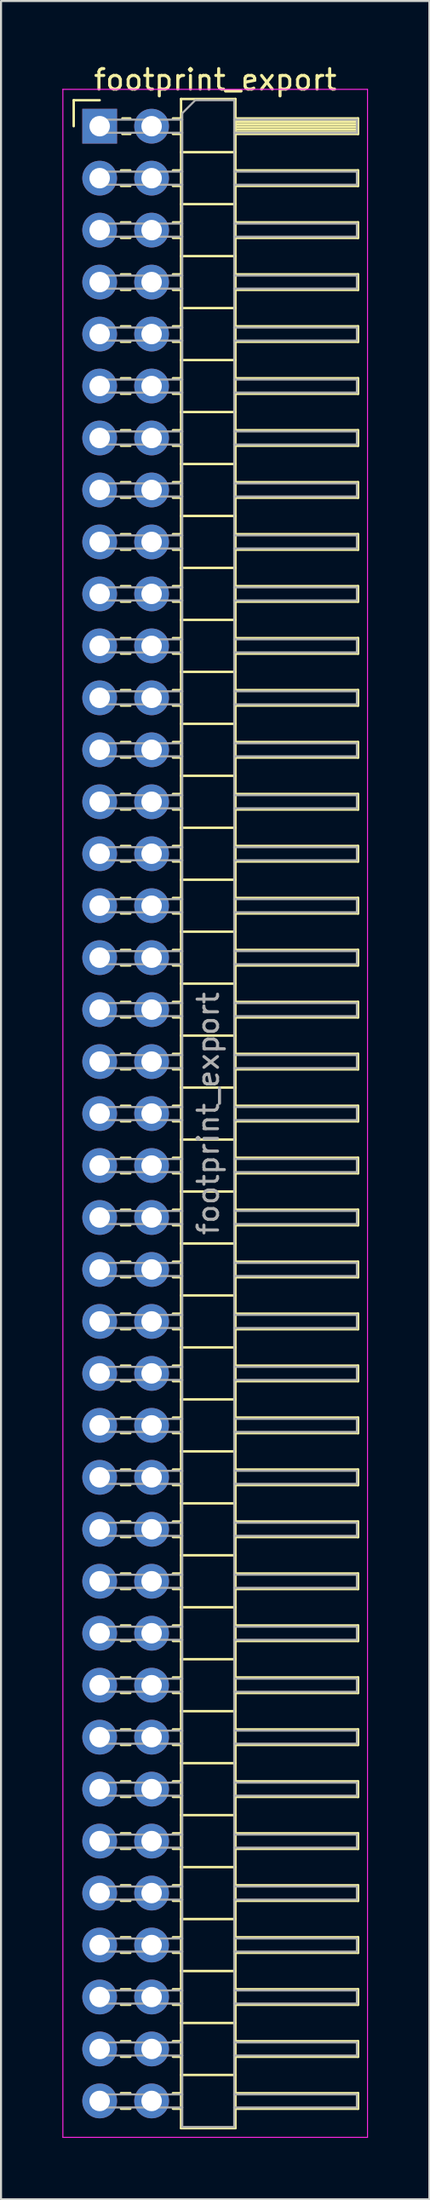
<source format=kicad_pcb>
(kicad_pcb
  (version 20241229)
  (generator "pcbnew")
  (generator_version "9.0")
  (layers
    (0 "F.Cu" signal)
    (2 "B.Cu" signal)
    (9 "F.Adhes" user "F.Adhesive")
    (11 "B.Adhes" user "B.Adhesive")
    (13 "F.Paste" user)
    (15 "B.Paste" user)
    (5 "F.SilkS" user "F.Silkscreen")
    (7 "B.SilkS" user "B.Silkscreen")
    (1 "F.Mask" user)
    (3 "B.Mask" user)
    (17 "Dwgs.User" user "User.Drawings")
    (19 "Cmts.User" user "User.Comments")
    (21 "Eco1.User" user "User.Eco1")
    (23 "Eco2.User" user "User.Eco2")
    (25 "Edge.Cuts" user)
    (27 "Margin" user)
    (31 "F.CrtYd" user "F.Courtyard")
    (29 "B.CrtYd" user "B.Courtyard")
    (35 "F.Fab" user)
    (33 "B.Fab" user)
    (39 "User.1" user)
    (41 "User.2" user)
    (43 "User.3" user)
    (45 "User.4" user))
  (footprint "footprint_export"
    (layer "F.Cu")
    (at 1.825 3.118)
    (property "Reference" "footprint_export" (at 5.655 -2.27 0) (layer "F.SilkS") (effects (font (size 1 1) (thickness 0.15))))
    (attr through_hole)
    (fp_line (start -1.27 -1.27) (end 0 -1.27) (stroke (width 0.12) (type solid)) (layer "F.SilkS"))
    (fp_line (start -1.27 0) (end -1.27 -1.27) (stroke (width 0.12) (type solid)) (layer "F.SilkS"))
    (fp_line (start 1.043 2.16) (end 1.497 2.16) (stroke (width 0.12) (type solid)) (layer "F.SilkS"))
    (fp_line (start 1.043 2.92) (end 1.497 2.92) (stroke (width 0.12) (type solid)) (layer "F.SilkS"))
    (fp_line (start 1.043 4.7) (end 1.497 4.7) (stroke (width 0.12) (type solid)) (layer "F.SilkS"))
    (fp_line (start 1.043 5.46) (end 1.497 5.46) (stroke (width 0.12) (type solid)) (layer "F.SilkS"))
    (fp_line (start 1.043 7.24) (end 1.497 7.24) (stroke (width 0.12) (type solid)) (layer "F.SilkS"))
    (fp_line (start 1.043 8) (end 1.497 8) (stroke (width 0.12) (type solid)) (layer "F.SilkS"))
    (fp_line (start 1.043 9.78) (end 1.497 9.78) (stroke (width 0.12) (type solid)) (layer "F.SilkS"))
    (fp_line (start 1.043 10.54) (end 1.497 10.54) (stroke (width 0.12) (type solid)) (layer "F.SilkS"))
    (fp_line (start 1.043 12.32) (end 1.497 12.32) (stroke (width 0.12) (type solid)) (layer "F.SilkS"))
    (fp_line (start 1.043 13.08) (end 1.497 13.08) (stroke (width 0.12) (type solid)) (layer "F.SilkS"))
    (fp_line (start 1.043 14.86) (end 1.497 14.86) (stroke (width 0.12) (type solid)) (layer "F.SilkS"))
    (fp_line (start 1.043 15.62) (end 1.497 15.62) (stroke (width 0.12) (type solid)) (layer "F.SilkS"))
    (fp_line (start 1.043 17.4) (end 1.497 17.4) (stroke (width 0.12) (type solid)) (layer "F.SilkS"))
    (fp_line (start 1.043 18.16) (end 1.497 18.16) (stroke (width 0.12) (type solid)) (layer "F.SilkS"))
    (fp_line (start 1.043 19.94) (end 1.497 19.94) (stroke (width 0.12) (type solid)) (layer "F.SilkS"))
    (fp_line (start 1.043 20.7) (end 1.497 20.7) (stroke (width 0.12) (type solid)) (layer "F.SilkS"))
    (fp_line (start 1.043 22.48) (end 1.497 22.48) (stroke (width 0.12) (type solid)) (layer "F.SilkS"))
    (fp_line (start 1.043 23.24) (end 1.497 23.24) (stroke (width 0.12) (type solid)) (layer "F.SilkS"))
    (fp_line (start 1.043 25.02) (end 1.497 25.02) (stroke (width 0.12) (type solid)) (layer "F.SilkS"))
    (fp_line (start 1.043 25.78) (end 1.497 25.78) (stroke (width 0.12) (type solid)) (layer "F.SilkS"))
    (fp_line (start 1.043 27.56) (end 1.497 27.56) (stroke (width 0.12) (type solid)) (layer "F.SilkS"))
    (fp_line (start 1.043 28.32) (end 1.497 28.32) (stroke (width 0.12) (type solid)) (layer "F.SilkS"))
    (fp_line (start 1.043 30.1) (end 1.497 30.1) (stroke (width 0.12) (type solid)) (layer "F.SilkS"))
    (fp_line (start 1.043 30.86) (end 1.497 30.86) (stroke (width 0.12) (type solid)) (layer "F.SilkS"))
    (fp_line (start 1.043 32.64) (end 1.497 32.64) (stroke (width 0.12) (type solid)) (layer "F.SilkS"))
    (fp_line (start 1.043 33.4) (end 1.497 33.4) (stroke (width 0.12) (type solid)) (layer "F.SilkS"))
    (fp_line (start 1.043 35.18) (end 1.497 35.18) (stroke (width 0.12) (type solid)) (layer "F.SilkS"))
    (fp_line (start 1.043 35.94) (end 1.497 35.94) (stroke (width 0.12) (type solid)) (layer "F.SilkS"))
    (fp_line (start 1.043 37.72) (end 1.497 37.72) (stroke (width 0.12) (type solid)) (layer "F.SilkS"))
    (fp_line (start 1.043 38.48) (end 1.497 38.48) (stroke (width 0.12) (type solid)) (layer "F.SilkS"))
    (fp_line (start 1.043 40.26) (end 1.497 40.26) (stroke (width 0.12) (type solid)) (layer "F.SilkS"))
    (fp_line (start 1.043 41.02) (end 1.497 41.02) (stroke (width 0.12) (type solid)) (layer "F.SilkS"))
    (fp_line (start 1.043 42.8) (end 1.497 42.8) (stroke (width 0.12) (type solid)) (layer "F.SilkS"))
    (fp_line (start 1.043 43.56) (end 1.497 43.56) (stroke (width 0.12) (type solid)) (layer "F.SilkS"))
    (fp_line (start 1.043 45.34) (end 1.497 45.34) (stroke (width 0.12) (type solid)) (layer "F.SilkS"))
    (fp_line (start 1.043 46.1) (end 1.497 46.1) (stroke (width 0.12) (type solid)) (layer "F.SilkS"))
    (fp_line (start 1.043 47.88) (end 1.497 47.88) (stroke (width 0.12) (type solid)) (layer "F.SilkS"))
    (fp_line (start 1.043 48.64) (end 1.497 48.64) (stroke (width 0.12) (type solid)) (layer "F.SilkS"))
    (fp_line (start 1.043 50.42) (end 1.497 50.42) (stroke (width 0.12) (type solid)) (layer "F.SilkS"))
    (fp_line (start 1.043 51.18) (end 1.497 51.18) (stroke (width 0.12) (type solid)) (layer "F.SilkS"))
    (fp_line (start 1.043 52.96) (end 1.497 52.96) (stroke (width 0.12) (type solid)) (layer "F.SilkS"))
    (fp_line (start 1.043 53.72) (end 1.497 53.72) (stroke (width 0.12) (type solid)) (layer "F.SilkS"))
    (fp_line (start 1.043 55.5) (end 1.497 55.5) (stroke (width 0.12) (type solid)) (layer "F.SilkS"))
    (fp_line (start 1.043 56.26) (end 1.497 56.26) (stroke (width 0.12) (type solid)) (layer "F.SilkS"))
    (fp_line (start 1.043 58.04) (end 1.497 58.04) (stroke (width 0.12) (type solid)) (layer "F.SilkS"))
    (fp_line (start 1.043 58.8) (end 1.497 58.8) (stroke (width 0.12) (type solid)) (layer "F.SilkS"))
    (fp_line (start 1.043 60.58) (end 1.497 60.58) (stroke (width 0.12) (type solid)) (layer "F.SilkS"))
    (fp_line (start 1.043 61.34) (end 1.497 61.34) (stroke (width 0.12) (type solid)) (layer "F.SilkS"))
    (fp_line (start 1.043 63.12) (end 1.497 63.12) (stroke (width 0.12) (type solid)) (layer "F.SilkS"))
    (fp_line (start 1.043 63.88) (end 1.497 63.88) (stroke (width 0.12) (type solid)) (layer "F.SilkS"))
    (fp_line (start 1.043 65.66) (end 1.497 65.66) (stroke (width 0.12) (type solid)) (layer "F.SilkS"))
    (fp_line (start 1.043 66.42) (end 1.497 66.42) (stroke (width 0.12) (type solid)) (layer "F.SilkS"))
    (fp_line (start 1.043 68.2) (end 1.497 68.2) (stroke (width 0.12) (type solid)) (layer "F.SilkS"))
    (fp_line (start 1.043 68.96) (end 1.497 68.96) (stroke (width 0.12) (type solid)) (layer "F.SilkS"))
    (fp_line (start 1.043 70.74) (end 1.497 70.74) (stroke (width 0.12) (type solid)) (layer "F.SilkS"))
    (fp_line (start 1.043 71.5) (end 1.497 71.5) (stroke (width 0.12) (type solid)) (layer "F.SilkS"))
    (fp_line (start 1.043 73.28) (end 1.497 73.28) (stroke (width 0.12) (type solid)) (layer "F.SilkS"))
    (fp_line (start 1.043 74.04) (end 1.497 74.04) (stroke (width 0.12) (type solid)) (layer "F.SilkS"))
    (fp_line (start 1.043 75.82) (end 1.497 75.82) (stroke (width 0.12) (type solid)) (layer "F.SilkS"))
    (fp_line (start 1.043 76.58) (end 1.497 76.58) (stroke (width 0.12) (type solid)) (layer "F.SilkS"))
    (fp_line (start 1.043 78.36) (end 1.497 78.36) (stroke (width 0.12) (type solid)) (layer "F.SilkS"))
    (fp_line (start 1.043 79.12) (end 1.497 79.12) (stroke (width 0.12) (type solid)) (layer "F.SilkS"))
    (fp_line (start 1.043 80.9) (end 1.497 80.9) (stroke (width 0.12) (type solid)) (layer "F.SilkS"))
    (fp_line (start 1.043 81.66) (end 1.497 81.66) (stroke (width 0.12) (type solid)) (layer "F.SilkS"))
    (fp_line (start 1.043 83.44) (end 1.497 83.44) (stroke (width 0.12) (type solid)) (layer "F.SilkS"))
    (fp_line (start 1.043 84.2) (end 1.497 84.2) (stroke (width 0.12) (type solid)) (layer "F.SilkS"))
    (fp_line (start 1.043 85.98) (end 1.497 85.98) (stroke (width 0.12) (type solid)) (layer "F.SilkS"))
    (fp_line (start 1.043 86.74) (end 1.497 86.74) (stroke (width 0.12) (type solid)) (layer "F.SilkS"))
    (fp_line (start 1.043 88.52) (end 1.497 88.52) (stroke (width 0.12) (type solid)) (layer "F.SilkS"))
    (fp_line (start 1.043 89.28) (end 1.497 89.28) (stroke (width 0.12) (type solid)) (layer "F.SilkS"))
    (fp_line (start 1.043 91.06) (end 1.497 91.06) (stroke (width 0.12) (type solid)) (layer "F.SilkS"))
    (fp_line (start 1.043 91.82) (end 1.497 91.82) (stroke (width 0.12) (type solid)) (layer "F.SilkS"))
    (fp_line (start 1.043 93.6) (end 1.497 93.6) (stroke (width 0.12) (type solid)) (layer "F.SilkS"))
    (fp_line (start 1.043 94.36) (end 1.497 94.36) (stroke (width 0.12) (type solid)) (layer "F.SilkS"))
    (fp_line (start 1.043 96.14) (end 1.497 96.14) (stroke (width 0.12) (type solid)) (layer "F.SilkS"))
    (fp_line (start 1.043 96.9) (end 1.497 96.9) (stroke (width 0.12) (type solid)) (layer "F.SilkS"))
    (fp_line (start 1.11 -0.38) (end 1.497 -0.38) (stroke (width 0.12) (type solid)) (layer "F.SilkS"))
    (fp_line (start 1.11 0.38) (end 1.497 0.38) (stroke (width 0.12) (type solid)) (layer "F.SilkS"))
    (fp_line (start 3.583 -0.38) (end 3.98 -0.38) (stroke (width 0.12) (type solid)) (layer "F.SilkS"))
    (fp_line (start 3.583 0.38) (end 3.98 0.38) (stroke (width 0.12) (type solid)) (layer "F.SilkS"))
    (fp_line (start 3.583 2.16) (end 3.98 2.16) (stroke (width 0.12) (type solid)) (layer "F.SilkS"))
    (fp_line (start 3.583 2.92) (end 3.98 2.92) (stroke (width 0.12) (type solid)) (layer "F.SilkS"))
    (fp_line (start 3.583 4.7) (end 3.98 4.7) (stroke (width 0.12) (type solid)) (layer "F.SilkS"))
    (fp_line (start 3.583 5.46) (end 3.98 5.46) (stroke (width 0.12) (type solid)) (layer "F.SilkS"))
    (fp_line (start 3.583 7.24) (end 3.98 7.24) (stroke (width 0.12) (type solid)) (layer "F.SilkS"))
    (fp_line (start 3.583 8) (end 3.98 8) (stroke (width 0.12) (type solid)) (layer "F.SilkS"))
    (fp_line (start 3.583 9.78) (end 3.98 9.78) (stroke (width 0.12) (type solid)) (layer "F.SilkS"))
    (fp_line (start 3.583 10.54) (end 3.98 10.54) (stroke (width 0.12) (type solid)) (layer "F.SilkS"))
    (fp_line (start 3.583 12.32) (end 3.98 12.32) (stroke (width 0.12) (type solid)) (layer "F.SilkS"))
    (fp_line (start 3.583 13.08) (end 3.98 13.08) (stroke (width 0.12) (type solid)) (layer "F.SilkS"))
    (fp_line (start 3.583 14.86) (end 3.98 14.86) (stroke (width 0.12) (type solid)) (layer "F.SilkS"))
    (fp_line (start 3.583 15.62) (end 3.98 15.62) (stroke (width 0.12) (type solid)) (layer "F.SilkS"))
    (fp_line (start 3.583 17.4) (end 3.98 17.4) (stroke (width 0.12) (type solid)) (layer "F.SilkS"))
    (fp_line (start 3.583 18.16) (end 3.98 18.16) (stroke (width 0.12) (type solid)) (layer "F.SilkS"))
    (fp_line (start 3.583 19.94) (end 3.98 19.94) (stroke (width 0.12) (type solid)) (layer "F.SilkS"))
    (fp_line (start 3.583 20.7) (end 3.98 20.7) (stroke (width 0.12) (type solid)) (layer "F.SilkS"))
    (fp_line (start 3.583 22.48) (end 3.98 22.48) (stroke (width 0.12) (type solid)) (layer "F.SilkS"))
    (fp_line (start 3.583 23.24) (end 3.98 23.24) (stroke (width 0.12) (type solid)) (layer "F.SilkS"))
    (fp_line (start 3.583 25.02) (end 3.98 25.02) (stroke (width 0.12) (type solid)) (layer "F.SilkS"))
    (fp_line (start 3.583 25.78) (end 3.98 25.78) (stroke (width 0.12) (type solid)) (layer "F.SilkS"))
    (fp_line (start 3.583 27.56) (end 3.98 27.56) (stroke (width 0.12) (type solid)) (layer "F.SilkS"))
    (fp_line (start 3.583 28.32) (end 3.98 28.32) (stroke (width 0.12) (type solid)) (layer "F.SilkS"))
    (fp_line (start 3.583 30.1) (end 3.98 30.1) (stroke (width 0.12) (type solid)) (layer "F.SilkS"))
    (fp_line (start 3.583 30.86) (end 3.98 30.86) (stroke (width 0.12) (type solid)) (layer "F.SilkS"))
    (fp_line (start 3.583 32.64) (end 3.98 32.64) (stroke (width 0.12) (type solid)) (layer "F.SilkS"))
    (fp_line (start 3.583 33.4) (end 3.98 33.4) (stroke (width 0.12) (type solid)) (layer "F.SilkS"))
    (fp_line (start 3.583 35.18) (end 3.98 35.18) (stroke (width 0.12) (type solid)) (layer "F.SilkS"))
    (fp_line (start 3.583 35.94) (end 3.98 35.94) (stroke (width 0.12) (type solid)) (layer "F.SilkS"))
    (fp_line (start 3.583 37.72) (end 3.98 37.72) (stroke (width 0.12) (type solid)) (layer "F.SilkS"))
    (fp_line (start 3.583 38.48) (end 3.98 38.48) (stroke (width 0.12) (type solid)) (layer "F.SilkS"))
    (fp_line (start 3.583 40.26) (end 3.98 40.26) (stroke (width 0.12) (type solid)) (layer "F.SilkS"))
    (fp_line (start 3.583 41.02) (end 3.98 41.02) (stroke (width 0.12) (type solid)) (layer "F.SilkS"))
    (fp_line (start 3.583 42.8) (end 3.98 42.8) (stroke (width 0.12) (type solid)) (layer "F.SilkS"))
    (fp_line (start 3.583 43.56) (end 3.98 43.56) (stroke (width 0.12) (type solid)) (layer "F.SilkS"))
    (fp_line (start 3.583 45.34) (end 3.98 45.34) (stroke (width 0.12) (type solid)) (layer "F.SilkS"))
    (fp_line (start 3.583 46.1) (end 3.98 46.1) (stroke (width 0.12) (type solid)) (layer "F.SilkS"))
    (fp_line (start 3.583 47.88) (end 3.98 47.88) (stroke (width 0.12) (type solid)) (layer "F.SilkS"))
    (fp_line (start 3.583 48.64) (end 3.98 48.64) (stroke (width 0.12) (type solid)) (layer "F.SilkS"))
    (fp_line (start 3.583 50.42) (end 3.98 50.42) (stroke (width 0.12) (type solid)) (layer "F.SilkS"))
    (fp_line (start 3.583 51.18) (end 3.98 51.18) (stroke (width 0.12) (type solid)) (layer "F.SilkS"))
    (fp_line (start 3.583 52.96) (end 3.98 52.96) (stroke (width 0.12) (type solid)) (layer "F.SilkS"))
    (fp_line (start 3.583 53.72) (end 3.98 53.72) (stroke (width 0.12) (type solid)) (layer "F.SilkS"))
    (fp_line (start 3.583 55.5) (end 3.98 55.5) (stroke (width 0.12) (type solid)) (layer "F.SilkS"))
    (fp_line (start 3.583 56.26) (end 3.98 56.26) (stroke (width 0.12) (type solid)) (layer "F.SilkS"))
    (fp_line (start 3.583 58.04) (end 3.98 58.04) (stroke (width 0.12) (type solid)) (layer "F.SilkS"))
    (fp_line (start 3.583 58.8) (end 3.98 58.8) (stroke (width 0.12) (type solid)) (layer "F.SilkS"))
    (fp_line (start 3.583 60.58) (end 3.98 60.58) (stroke (width 0.12) (type solid)) (layer "F.SilkS"))
    (fp_line (start 3.583 61.34) (end 3.98 61.34) (stroke (width 0.12) (type solid)) (layer "F.SilkS"))
    (fp_line (start 3.583 63.12) (end 3.98 63.12) (stroke (width 0.12) (type solid)) (layer "F.SilkS"))
    (fp_line (start 3.583 63.88) (end 3.98 63.88) (stroke (width 0.12) (type solid)) (layer "F.SilkS"))
    (fp_line (start 3.583 65.66) (end 3.98 65.66) (stroke (width 0.12) (type solid)) (layer "F.SilkS"))
    (fp_line (start 3.583 66.42) (end 3.98 66.42) (stroke (width 0.12) (type solid)) (layer "F.SilkS"))
    (fp_line (start 3.583 68.2) (end 3.98 68.2) (stroke (width 0.12) (type solid)) (layer "F.SilkS"))
    (fp_line (start 3.583 68.96) (end 3.98 68.96) (stroke (width 0.12) (type solid)) (layer "F.SilkS"))
    (fp_line (start 3.583 70.74) (end 3.98 70.74) (stroke (width 0.12) (type solid)) (layer "F.SilkS"))
    (fp_line (start 3.583 71.5) (end 3.98 71.5) (stroke (width 0.12) (type solid)) (layer "F.SilkS"))
    (fp_line (start 3.583 73.28) (end 3.98 73.28) (stroke (width 0.12) (type solid)) (layer "F.SilkS"))
    (fp_line (start 3.583 74.04) (end 3.98 74.04) (stroke (width 0.12) (type solid)) (layer "F.SilkS"))
    (fp_line (start 3.583 75.82) (end 3.98 75.82) (stroke (width 0.12) (type solid)) (layer "F.SilkS"))
    (fp_line (start 3.583 76.58) (end 3.98 76.58) (stroke (width 0.12) (type solid)) (layer "F.SilkS"))
    (fp_line (start 3.583 78.36) (end 3.98 78.36) (stroke (width 0.12) (type solid)) (layer "F.SilkS"))
    (fp_line (start 3.583 79.12) (end 3.98 79.12) (stroke (width 0.12) (type solid)) (layer "F.SilkS"))
    (fp_line (start 3.583 80.9) (end 3.98 80.9) (stroke (width 0.12) (type solid)) (layer "F.SilkS"))
    (fp_line (start 3.583 81.66) (end 3.98 81.66) (stroke (width 0.12) (type solid)) (layer "F.SilkS"))
    (fp_line (start 3.583 83.44) (end 3.98 83.44) (stroke (width 0.12) (type solid)) (layer "F.SilkS"))
    (fp_line (start 3.583 84.2) (end 3.98 84.2) (stroke (width 0.12) (type solid)) (layer "F.SilkS"))
    (fp_line (start 3.583 85.98) (end 3.98 85.98) (stroke (width 0.12) (type solid)) (layer "F.SilkS"))
    (fp_line (start 3.583 86.74) (end 3.98 86.74) (stroke (width 0.12) (type solid)) (layer "F.SilkS"))
    (fp_line (start 3.583 88.52) (end 3.98 88.52) (stroke (width 0.12) (type solid)) (layer "F.SilkS"))
    (fp_line (start 3.583 89.28) (end 3.98 89.28) (stroke (width 0.12) (type solid)) (layer "F.SilkS"))
    (fp_line (start 3.583 91.06) (end 3.98 91.06) (stroke (width 0.12) (type solid)) (layer "F.SilkS"))
    (fp_line (start 3.583 91.82) (end 3.98 91.82) (stroke (width 0.12) (type solid)) (layer "F.SilkS"))
    (fp_line (start 3.583 93.6) (end 3.98 93.6) (stroke (width 0.12) (type solid)) (layer "F.SilkS"))
    (fp_line (start 3.583 94.36) (end 3.98 94.36) (stroke (width 0.12) (type solid)) (layer "F.SilkS"))
    (fp_line (start 3.583 96.14) (end 3.98 96.14) (stroke (width 0.12) (type solid)) (layer "F.SilkS"))
    (fp_line (start 3.583 96.9) (end 3.98 96.9) (stroke (width 0.12) (type solid)) (layer "F.SilkS"))
    (fp_line (start 3.98 -1.33) (end 3.98 97.85) (stroke (width 0.12) (type solid)) (layer "F.SilkS"))
    (fp_line (start 3.98 1.27) (end 6.64 1.27) (stroke (width 0.12) (type solid)) (layer "F.SilkS"))
    (fp_line (start 3.98 3.81) (end 6.64 3.81) (stroke (width 0.12) (type solid)) (layer "F.SilkS"))
    (fp_line (start 3.98 6.35) (end 6.64 6.35) (stroke (width 0.12) (type solid)) (layer "F.SilkS"))
    (fp_line (start 3.98 8.89) (end 6.64 8.89) (stroke (width 0.12) (type solid)) (layer "F.SilkS"))
    (fp_line (start 3.98 11.43) (end 6.64 11.43) (stroke (width 0.12) (type solid)) (layer "F.SilkS"))
    (fp_line (start 3.98 13.97) (end 6.64 13.97) (stroke (width 0.12) (type solid)) (layer "F.SilkS"))
    (fp_line (start 3.98 16.51) (end 6.64 16.51) (stroke (width 0.12) (type solid)) (layer "F.SilkS"))
    (fp_line (start 3.98 19.05) (end 6.64 19.05) (stroke (width 0.12) (type solid)) (layer "F.SilkS"))
    (fp_line (start 3.98 21.59) (end 6.64 21.59) (stroke (width 0.12) (type solid)) (layer "F.SilkS"))
    (fp_line (start 3.98 24.13) (end 6.64 24.13) (stroke (width 0.12) (type solid)) (layer "F.SilkS"))
    (fp_line (start 3.98 26.67) (end 6.64 26.67) (stroke (width 0.12) (type solid)) (layer "F.SilkS"))
    (fp_line (start 3.98 29.21) (end 6.64 29.21) (stroke (width 0.12) (type solid)) (layer "F.SilkS"))
    (fp_line (start 3.98 31.75) (end 6.64 31.75) (stroke (width 0.12) (type solid)) (layer "F.SilkS"))
    (fp_line (start 3.98 34.29) (end 6.64 34.29) (stroke (width 0.12) (type solid)) (layer "F.SilkS"))
    (fp_line (start 3.98 36.83) (end 6.64 36.83) (stroke (width 0.12) (type solid)) (layer "F.SilkS"))
    (fp_line (start 3.98 39.37) (end 6.64 39.37) (stroke (width 0.12) (type solid)) (layer "F.SilkS"))
    (fp_line (start 3.98 41.91) (end 6.64 41.91) (stroke (width 0.12) (type solid)) (layer "F.SilkS"))
    (fp_line (start 3.98 44.45) (end 6.64 44.45) (stroke (width 0.12) (type solid)) (layer "F.SilkS"))
    (fp_line (start 3.98 46.99) (end 6.64 46.99) (stroke (width 0.12) (type solid)) (layer "F.SilkS"))
    (fp_line (start 3.98 49.53) (end 6.64 49.53) (stroke (width 0.12) (type solid)) (layer "F.SilkS"))
    (fp_line (start 3.98 52.07) (end 6.64 52.07) (stroke (width 0.12) (type solid)) (layer "F.SilkS"))
    (fp_line (start 3.98 54.61) (end 6.64 54.61) (stroke (width 0.12) (type solid)) (layer "F.SilkS"))
    (fp_line (start 3.98 57.15) (end 6.64 57.15) (stroke (width 0.12) (type solid)) (layer "F.SilkS"))
    (fp_line (start 3.98 59.69) (end 6.64 59.69) (stroke (width 0.12) (type solid)) (layer "F.SilkS"))
    (fp_line (start 3.98 62.23) (end 6.64 62.23) (stroke (width 0.12) (type solid)) (layer "F.SilkS"))
    (fp_line (start 3.98 64.77) (end 6.64 64.77) (stroke (width 0.12) (type solid)) (layer "F.SilkS"))
    (fp_line (start 3.98 67.31) (end 6.64 67.31) (stroke (width 0.12) (type solid)) (layer "F.SilkS"))
    (fp_line (start 3.98 69.85) (end 6.64 69.85) (stroke (width 0.12) (type solid)) (layer "F.SilkS"))
    (fp_line (start 3.98 72.39) (end 6.64 72.39) (stroke (width 0.12) (type solid)) (layer "F.SilkS"))
    (fp_line (start 3.98 74.93) (end 6.64 74.93) (stroke (width 0.12) (type solid)) (layer "F.SilkS"))
    (fp_line (start 3.98 77.47) (end 6.64 77.47) (stroke (width 0.12) (type solid)) (layer "F.SilkS"))
    (fp_line (start 3.98 80.01) (end 6.64 80.01) (stroke (width 0.12) (type solid)) (layer "F.SilkS"))
    (fp_line (start 3.98 82.55) (end 6.64 82.55) (stroke (width 0.12) (type solid)) (layer "F.SilkS"))
    (fp_line (start 3.98 85.09) (end 6.64 85.09) (stroke (width 0.12) (type solid)) (layer "F.SilkS"))
    (fp_line (start 3.98 87.63) (end 6.64 87.63) (stroke (width 0.12) (type solid)) (layer "F.SilkS"))
    (fp_line (start 3.98 90.17) (end 6.64 90.17) (stroke (width 0.12) (type solid)) (layer "F.SilkS"))
    (fp_line (start 3.98 92.71) (end 6.64 92.71) (stroke (width 0.12) (type solid)) (layer "F.SilkS"))
    (fp_line (start 3.98 95.25) (end 6.64 95.25) (stroke (width 0.12) (type solid)) (layer "F.SilkS"))
    (fp_line (start 3.98 97.85) (end 6.64 97.85) (stroke (width 0.12) (type solid)) (layer "F.SilkS"))
    (fp_line (start 6.64 -1.33) (end 3.98 -1.33) (stroke (width 0.12) (type solid)) (layer "F.SilkS"))
    (fp_line (start 6.64 -0.38) (end 12.64 -0.38) (stroke (width 0.12) (type solid)) (layer "F.SilkS"))
    (fp_line (start 6.64 -0.32) (end 12.64 -0.32) (stroke (width 0.12) (type solid)) (layer "F.SilkS"))
    (fp_line (start 6.64 -0.2) (end 12.64 -0.2) (stroke (width 0.12) (type solid)) (layer "F.SilkS"))
    (fp_line (start 6.64 -0.08) (end 12.64 -0.08) (stroke (width 0.12) (type solid)) (layer "F.SilkS"))
    (fp_line (start 6.64 0.04) (end 12.64 0.04) (stroke (width 0.12) (type solid)) (layer "F.SilkS"))
    (fp_line (start 6.64 0.16) (end 12.64 0.16) (stroke (width 0.12) (type solid)) (layer "F.SilkS"))
    (fp_line (start 6.64 0.28) (end 12.64 0.28) (stroke (width 0.12) (type solid)) (layer "F.SilkS"))
    (fp_line (start 6.64 2.16) (end 12.64 2.16) (stroke (width 0.12) (type solid)) (layer "F.SilkS"))
    (fp_line (start 6.64 4.7) (end 12.64 4.7) (stroke (width 0.12) (type solid)) (layer "F.SilkS"))
    (fp_line (start 6.64 7.24) (end 12.64 7.24) (stroke (width 0.12) (type solid)) (layer "F.SilkS"))
    (fp_line (start 6.64 9.78) (end 12.64 9.78) (stroke (width 0.12) (type solid)) (layer "F.SilkS"))
    (fp_line (start 6.64 12.32) (end 12.64 12.32) (stroke (width 0.12) (type solid)) (layer "F.SilkS"))
    (fp_line (start 6.64 14.86) (end 12.64 14.86) (stroke (width 0.12) (type solid)) (layer "F.SilkS"))
    (fp_line (start 6.64 17.4) (end 12.64 17.4) (stroke (width 0.12) (type solid)) (layer "F.SilkS"))
    (fp_line (start 6.64 19.94) (end 12.64 19.94) (stroke (width 0.12) (type solid)) (layer "F.SilkS"))
    (fp_line (start 6.64 22.48) (end 12.64 22.48) (stroke (width 0.12) (type solid)) (layer "F.SilkS"))
    (fp_line (start 6.64 25.02) (end 12.64 25.02) (stroke (width 0.12) (type solid)) (layer "F.SilkS"))
    (fp_line (start 6.64 27.56) (end 12.64 27.56) (stroke (width 0.12) (type solid)) (layer "F.SilkS"))
    (fp_line (start 6.64 30.1) (end 12.64 30.1) (stroke (width 0.12) (type solid)) (layer "F.SilkS"))
    (fp_line (start 6.64 32.64) (end 12.64 32.64) (stroke (width 0.12) (type solid)) (layer "F.SilkS"))
    (fp_line (start 6.64 35.18) (end 12.64 35.18) (stroke (width 0.12) (type solid)) (layer "F.SilkS"))
    (fp_line (start 6.64 37.72) (end 12.64 37.72) (stroke (width 0.12) (type solid)) (layer "F.SilkS"))
    (fp_line (start 6.64 40.26) (end 12.64 40.26) (stroke (width 0.12) (type solid)) (layer "F.SilkS"))
    (fp_line (start 6.64 42.8) (end 12.64 42.8) (stroke (width 0.12) (type solid)) (layer "F.SilkS"))
    (fp_line (start 6.64 45.34) (end 12.64 45.34) (stroke (width 0.12) (type solid)) (layer "F.SilkS"))
    (fp_line (start 6.64 47.88) (end 12.64 47.88) (stroke (width 0.12) (type solid)) (layer "F.SilkS"))
    (fp_line (start 6.64 50.42) (end 12.64 50.42) (stroke (width 0.12) (type solid)) (layer "F.SilkS"))
    (fp_line (start 6.64 52.96) (end 12.64 52.96) (stroke (width 0.12) (type solid)) (layer "F.SilkS"))
    (fp_line (start 6.64 55.5) (end 12.64 55.5) (stroke (width 0.12) (type solid)) (layer "F.SilkS"))
    (fp_line (start 6.64 58.04) (end 12.64 58.04) (stroke (width 0.12) (type solid)) (layer "F.SilkS"))
    (fp_line (start 6.64 60.58) (end 12.64 60.58) (stroke (width 0.12) (type solid)) (layer "F.SilkS"))
    (fp_line (start 6.64 63.12) (end 12.64 63.12) (stroke (width 0.12) (type solid)) (layer "F.SilkS"))
    (fp_line (start 6.64 65.66) (end 12.64 65.66) (stroke (width 0.12) (type solid)) (layer "F.SilkS"))
    (fp_line (start 6.64 68.2) (end 12.64 68.2) (stroke (width 0.12) (type solid)) (layer "F.SilkS"))
    (fp_line (start 6.64 70.74) (end 12.64 70.74) (stroke (width 0.12) (type solid)) (layer "F.SilkS"))
    (fp_line (start 6.64 73.28) (end 12.64 73.28) (stroke (width 0.12) (type solid)) (layer "F.SilkS"))
    (fp_line (start 6.64 75.82) (end 12.64 75.82) (stroke (width 0.12) (type solid)) (layer "F.SilkS"))
    (fp_line (start 6.64 78.36) (end 12.64 78.36) (stroke (width 0.12) (type solid)) (layer "F.SilkS"))
    (fp_line (start 6.64 80.9) (end 12.64 80.9) (stroke (width 0.12) (type solid)) (layer "F.SilkS"))
    (fp_line (start 6.64 83.44) (end 12.64 83.44) (stroke (width 0.12) (type solid)) (layer "F.SilkS"))
    (fp_line (start 6.64 85.98) (end 12.64 85.98) (stroke (width 0.12) (type solid)) (layer "F.SilkS"))
    (fp_line (start 6.64 88.52) (end 12.64 88.52) (stroke (width 0.12) (type solid)) (layer "F.SilkS"))
    (fp_line (start 6.64 91.06) (end 12.64 91.06) (stroke (width 0.12) (type solid)) (layer "F.SilkS"))
    (fp_line (start 6.64 93.6) (end 12.64 93.6) (stroke (width 0.12) (type solid)) (layer "F.SilkS"))
    (fp_line (start 6.64 96.14) (end 12.64 96.14) (stroke (width 0.12) (type solid)) (layer "F.SilkS"))
    (fp_line (start 6.64 97.85) (end 6.64 -1.33) (stroke (width 0.12) (type solid)) (layer "F.SilkS"))
    (fp_line (start 12.64 -0.38) (end 12.64 0.38) (stroke (width 0.12) (type solid)) (layer "F.SilkS"))
    (fp_line (start 12.64 0.38) (end 6.64 0.38) (stroke (width 0.12) (type solid)) (layer "F.SilkS"))
    (fp_line (start 12.64 2.16) (end 12.64 2.92) (stroke (width 0.12) (type solid)) (layer "F.SilkS"))
    (fp_line (start 12.64 2.92) (end 6.64 2.92) (stroke (width 0.12) (type solid)) (layer "F.SilkS"))
    (fp_line (start 12.64 4.7) (end 12.64 5.46) (stroke (width 0.12) (type solid)) (layer "F.SilkS"))
    (fp_line (start 12.64 5.46) (end 6.64 5.46) (stroke (width 0.12) (type solid)) (layer "F.SilkS"))
    (fp_line (start 12.64 7.24) (end 12.64 8) (stroke (width 0.12) (type solid)) (layer "F.SilkS"))
    (fp_line (start 12.64 8) (end 6.64 8) (stroke (width 0.12) (type solid)) (layer "F.SilkS"))
    (fp_line (start 12.64 9.78) (end 12.64 10.54) (stroke (width 0.12) (type solid)) (layer "F.SilkS"))
    (fp_line (start 12.64 10.54) (end 6.64 10.54) (stroke (width 0.12) (type solid)) (layer "F.SilkS"))
    (fp_line (start 12.64 12.32) (end 12.64 13.08) (stroke (width 0.12) (type solid)) (layer "F.SilkS"))
    (fp_line (start 12.64 13.08) (end 6.64 13.08) (stroke (width 0.12) (type solid)) (layer "F.SilkS"))
    (fp_line (start 12.64 14.86) (end 12.64 15.62) (stroke (width 0.12) (type solid)) (layer "F.SilkS"))
    (fp_line (start 12.64 15.62) (end 6.64 15.62) (stroke (width 0.12) (type solid)) (layer "F.SilkS"))
    (fp_line (start 12.64 17.4) (end 12.64 18.16) (stroke (width 0.12) (type solid)) (layer "F.SilkS"))
    (fp_line (start 12.64 18.16) (end 6.64 18.16) (stroke (width 0.12) (type solid)) (layer "F.SilkS"))
    (fp_line (start 12.64 19.94) (end 12.64 20.7) (stroke (width 0.12) (type solid)) (layer "F.SilkS"))
    (fp_line (start 12.64 20.7) (end 6.64 20.7) (stroke (width 0.12) (type solid)) (layer "F.SilkS"))
    (fp_line (start 12.64 22.48) (end 12.64 23.24) (stroke (width 0.12) (type solid)) (layer "F.SilkS"))
    (fp_line (start 12.64 23.24) (end 6.64 23.24) (stroke (width 0.12) (type solid)) (layer "F.SilkS"))
    (fp_line (start 12.64 25.02) (end 12.64 25.78) (stroke (width 0.12) (type solid)) (layer "F.SilkS"))
    (fp_line (start 12.64 25.78) (end 6.64 25.78) (stroke (width 0.12) (type solid)) (layer "F.SilkS"))
    (fp_line (start 12.64 27.56) (end 12.64 28.32) (stroke (width 0.12) (type solid)) (layer "F.SilkS"))
    (fp_line (start 12.64 28.32) (end 6.64 28.32) (stroke (width 0.12) (type solid)) (layer "F.SilkS"))
    (fp_line (start 12.64 30.1) (end 12.64 30.86) (stroke (width 0.12) (type solid)) (layer "F.SilkS"))
    (fp_line (start 12.64 30.86) (end 6.64 30.86) (stroke (width 0.12) (type solid)) (layer "F.SilkS"))
    (fp_line (start 12.64 32.64) (end 12.64 33.4) (stroke (width 0.12) (type solid)) (layer "F.SilkS"))
    (fp_line (start 12.64 33.4) (end 6.64 33.4) (stroke (width 0.12) (type solid)) (layer "F.SilkS"))
    (fp_line (start 12.64 35.18) (end 12.64 35.94) (stroke (width 0.12) (type solid)) (layer "F.SilkS"))
    (fp_line (start 12.64 35.94) (end 6.64 35.94) (stroke (width 0.12) (type solid)) (layer "F.SilkS"))
    (fp_line (start 12.64 37.72) (end 12.64 38.48) (stroke (width 0.12) (type solid)) (layer "F.SilkS"))
    (fp_line (start 12.64 38.48) (end 6.64 38.48) (stroke (width 0.12) (type solid)) (layer "F.SilkS"))
    (fp_line (start 12.64 40.26) (end 12.64 41.02) (stroke (width 0.12) (type solid)) (layer "F.SilkS"))
    (fp_line (start 12.64 41.02) (end 6.64 41.02) (stroke (width 0.12) (type solid)) (layer "F.SilkS"))
    (fp_line (start 12.64 42.8) (end 12.64 43.56) (stroke (width 0.12) (type solid)) (layer "F.SilkS"))
    (fp_line (start 12.64 43.56) (end 6.64 43.56) (stroke (width 0.12) (type solid)) (layer "F.SilkS"))
    (fp_line (start 12.64 45.34) (end 12.64 46.1) (stroke (width 0.12) (type solid)) (layer "F.SilkS"))
    (fp_line (start 12.64 46.1) (end 6.64 46.1) (stroke (width 0.12) (type solid)) (layer "F.SilkS"))
    (fp_line (start 12.64 47.88) (end 12.64 48.64) (stroke (width 0.12) (type solid)) (layer "F.SilkS"))
    (fp_line (start 12.64 48.64) (end 6.64 48.64) (stroke (width 0.12) (type solid)) (layer "F.SilkS"))
    (fp_line (start 12.64 50.42) (end 12.64 51.18) (stroke (width 0.12) (type solid)) (layer "F.SilkS"))
    (fp_line (start 12.64 51.18) (end 6.64 51.18) (stroke (width 0.12) (type solid)) (layer "F.SilkS"))
    (fp_line (start 12.64 52.96) (end 12.64 53.72) (stroke (width 0.12) (type solid)) (layer "F.SilkS"))
    (fp_line (start 12.64 53.72) (end 6.64 53.72) (stroke (width 0.12) (type solid)) (layer "F.SilkS"))
    (fp_line (start 12.64 55.5) (end 12.64 56.26) (stroke (width 0.12) (type solid)) (layer "F.SilkS"))
    (fp_line (start 12.64 56.26) (end 6.64 56.26) (stroke (width 0.12) (type solid)) (layer "F.SilkS"))
    (fp_line (start 12.64 58.04) (end 12.64 58.8) (stroke (width 0.12) (type solid)) (layer "F.SilkS"))
    (fp_line (start 12.64 58.8) (end 6.64 58.8) (stroke (width 0.12) (type solid)) (layer "F.SilkS"))
    (fp_line (start 12.64 60.58) (end 12.64 61.34) (stroke (width 0.12) (type solid)) (layer "F.SilkS"))
    (fp_line (start 12.64 61.34) (end 6.64 61.34) (stroke (width 0.12) (type solid)) (layer "F.SilkS"))
    (fp_line (start 12.64 63.12) (end 12.64 63.88) (stroke (width 0.12) (type solid)) (layer "F.SilkS"))
    (fp_line (start 12.64 63.88) (end 6.64 63.88) (stroke (width 0.12) (type solid)) (layer "F.SilkS"))
    (fp_line (start 12.64 65.66) (end 12.64 66.42) (stroke (width 0.12) (type solid)) (layer "F.SilkS"))
    (fp_line (start 12.64 66.42) (end 6.64 66.42) (stroke (width 0.12) (type solid)) (layer "F.SilkS"))
    (fp_line (start 12.64 68.2) (end 12.64 68.96) (stroke (width 0.12) (type solid)) (layer "F.SilkS"))
    (fp_line (start 12.64 68.96) (end 6.64 68.96) (stroke (width 0.12) (type solid)) (layer "F.SilkS"))
    (fp_line (start 12.64 70.74) (end 12.64 71.5) (stroke (width 0.12) (type solid)) (layer "F.SilkS"))
    (fp_line (start 12.64 71.5) (end 6.64 71.5) (stroke (width 0.12) (type solid)) (layer "F.SilkS"))
    (fp_line (start 12.64 73.28) (end 12.64 74.04) (stroke (width 0.12) (type solid)) (layer "F.SilkS"))
    (fp_line (start 12.64 74.04) (end 6.64 74.04) (stroke (width 0.12) (type solid)) (layer "F.SilkS"))
    (fp_line (start 12.64 75.82) (end 12.64 76.58) (stroke (width 0.12) (type solid)) (layer "F.SilkS"))
    (fp_line (start 12.64 76.58) (end 6.64 76.58) (stroke (width 0.12) (type solid)) (layer "F.SilkS"))
    (fp_line (start 12.64 78.36) (end 12.64 79.12) (stroke (width 0.12) (type solid)) (layer "F.SilkS"))
    (fp_line (start 12.64 79.12) (end 6.64 79.12) (stroke (width 0.12) (type solid)) (layer "F.SilkS"))
    (fp_line (start 12.64 80.9) (end 12.64 81.66) (stroke (width 0.12) (type solid)) (layer "F.SilkS"))
    (fp_line (start 12.64 81.66) (end 6.64 81.66) (stroke (width 0.12) (type solid)) (layer "F.SilkS"))
    (fp_line (start 12.64 83.44) (end 12.64 84.2) (stroke (width 0.12) (type solid)) (layer "F.SilkS"))
    (fp_line (start 12.64 84.2) (end 6.64 84.2) (stroke (width 0.12) (type solid)) (layer "F.SilkS"))
    (fp_line (start 12.64 85.98) (end 12.64 86.74) (stroke (width 0.12) (type solid)) (layer "F.SilkS"))
    (fp_line (start 12.64 86.74) (end 6.64 86.74) (stroke (width 0.12) (type solid)) (layer "F.SilkS"))
    (fp_line (start 12.64 88.52) (end 12.64 89.28) (stroke (width 0.12) (type solid)) (layer "F.SilkS"))
    (fp_line (start 12.64 89.28) (end 6.64 89.28) (stroke (width 0.12) (type solid)) (layer "F.SilkS"))
    (fp_line (start 12.64 91.06) (end 12.64 91.82) (stroke (width 0.12) (type solid)) (layer "F.SilkS"))
    (fp_line (start 12.64 91.82) (end 6.64 91.82) (stroke (width 0.12) (type solid)) (layer "F.SilkS"))
    (fp_line (start 12.64 93.6) (end 12.64 94.36) (stroke (width 0.12) (type solid)) (layer "F.SilkS"))
    (fp_line (start 12.64 94.36) (end 6.64 94.36) (stroke (width 0.12) (type solid)) (layer "F.SilkS"))
    (fp_line (start 12.64 96.14) (end 12.64 96.9) (stroke (width 0.12) (type solid)) (layer "F.SilkS"))
    (fp_line (start 12.64 96.9) (end 6.64 96.9) (stroke (width 0.12) (type solid)) (layer "F.SilkS"))
    (fp_line (start -1.8 -1.8) (end -1.8 98.3) (stroke (width 0.05) (type solid)) (layer "F.CrtYd"))
    (fp_line (start -1.8 98.3) (end 13.1 98.3) (stroke (width 0.05) (type solid)) (layer "F.CrtYd"))
    (fp_line (start 13.1 -1.8) (end -1.8 -1.8) (stroke (width 0.05) (type solid)) (layer "F.CrtYd"))
    (fp_line (start 13.1 98.3) (end 13.1 -1.8) (stroke (width 0.05) (type solid)) (layer "F.CrtYd"))
    (fp_line (start -0.32 -0.32) (end -0.32 0.32) (stroke (width 0.1) (type solid)) (layer "F.Fab"))
    (fp_line (start -0.32 -0.32) (end 4.04 -0.32) (stroke (width 0.1) (type solid)) (layer "F.Fab"))
    (fp_line (start -0.32 0.32) (end 4.04 0.32) (stroke (width 0.1) (type solid)) (layer "F.Fab"))
    (fp_line (start -0.32 2.22) (end -0.32 2.86) (stroke (width 0.1) (type solid)) (layer "F.Fab"))
    (fp_line (start -0.32 2.22) (end 4.04 2.22) (stroke (width 0.1) (type solid)) (layer "F.Fab"))
    (fp_line (start -0.32 2.86) (end 4.04 2.86) (stroke (width 0.1) (type solid)) (layer "F.Fab"))
    (fp_line (start -0.32 4.76) (end -0.32 5.4) (stroke (width 0.1) (type solid)) (layer "F.Fab"))
    (fp_line (start -0.32 4.76) (end 4.04 4.76) (stroke (width 0.1) (type solid)) (layer "F.Fab"))
    (fp_line (start -0.32 5.4) (end 4.04 5.4) (stroke (width 0.1) (type solid)) (layer "F.Fab"))
    (fp_line (start -0.32 7.3) (end -0.32 7.94) (stroke (width 0.1) (type solid)) (layer "F.Fab"))
    (fp_line (start -0.32 7.3) (end 4.04 7.3) (stroke (width 0.1) (type solid)) (layer "F.Fab"))
    (fp_line (start -0.32 7.94) (end 4.04 7.94) (stroke (width 0.1) (type solid)) (layer "F.Fab"))
    (fp_line (start -0.32 9.84) (end -0.32 10.48) (stroke (width 0.1) (type solid)) (layer "F.Fab"))
    (fp_line (start -0.32 9.84) (end 4.04 9.84) (stroke (width 0.1) (type solid)) (layer "F.Fab"))
    (fp_line (start -0.32 10.48) (end 4.04 10.48) (stroke (width 0.1) (type solid)) (layer "F.Fab"))
    (fp_line (start -0.32 12.38) (end -0.32 13.02) (stroke (width 0.1) (type solid)) (layer "F.Fab"))
    (fp_line (start -0.32 12.38) (end 4.04 12.38) (stroke (width 0.1) (type solid)) (layer "F.Fab"))
    (fp_line (start -0.32 13.02) (end 4.04 13.02) (stroke (width 0.1) (type solid)) (layer "F.Fab"))
    (fp_line (start -0.32 14.92) (end -0.32 15.56) (stroke (width 0.1) (type solid)) (layer "F.Fab"))
    (fp_line (start -0.32 14.92) (end 4.04 14.92) (stroke (width 0.1) (type solid)) (layer "F.Fab"))
    (fp_line (start -0.32 15.56) (end 4.04 15.56) (stroke (width 0.1) (type solid)) (layer "F.Fab"))
    (fp_line (start -0.32 17.46) (end -0.32 18.1) (stroke (width 0.1) (type solid)) (layer "F.Fab"))
    (fp_line (start -0.32 17.46) (end 4.04 17.46) (stroke (width 0.1) (type solid)) (layer "F.Fab"))
    (fp_line (start -0.32 18.1) (end 4.04 18.1) (stroke (width 0.1) (type solid)) (layer "F.Fab"))
    (fp_line (start -0.32 20) (end -0.32 20.64) (stroke (width 0.1) (type solid)) (layer "F.Fab"))
    (fp_line (start -0.32 20) (end 4.04 20) (stroke (width 0.1) (type solid)) (layer "F.Fab"))
    (fp_line (start -0.32 20.64) (end 4.04 20.64) (stroke (width 0.1) (type solid)) (layer "F.Fab"))
    (fp_line (start -0.32 22.54) (end -0.32 23.18) (stroke (width 0.1) (type solid)) (layer "F.Fab"))
    (fp_line (start -0.32 22.54) (end 4.04 22.54) (stroke (width 0.1) (type solid)) (layer "F.Fab"))
    (fp_line (start -0.32 23.18) (end 4.04 23.18) (stroke (width 0.1) (type solid)) (layer "F.Fab"))
    (fp_line (start -0.32 25.08) (end -0.32 25.72) (stroke (width 0.1) (type solid)) (layer "F.Fab"))
    (fp_line (start -0.32 25.08) (end 4.04 25.08) (stroke (width 0.1) (type solid)) (layer "F.Fab"))
    (fp_line (start -0.32 25.72) (end 4.04 25.72) (stroke (width 0.1) (type solid)) (layer "F.Fab"))
    (fp_line (start -0.32 27.62) (end -0.32 28.26) (stroke (width 0.1) (type solid)) (layer "F.Fab"))
    (fp_line (start -0.32 27.62) (end 4.04 27.62) (stroke (width 0.1) (type solid)) (layer "F.Fab"))
    (fp_line (start -0.32 28.26) (end 4.04 28.26) (stroke (width 0.1) (type solid)) (layer "F.Fab"))
    (fp_line (start -0.32 30.16) (end -0.32 30.8) (stroke (width 0.1) (type solid)) (layer "F.Fab"))
    (fp_line (start -0.32 30.16) (end 4.04 30.16) (stroke (width 0.1) (type solid)) (layer "F.Fab"))
    (fp_line (start -0.32 30.8) (end 4.04 30.8) (stroke (width 0.1) (type solid)) (layer "F.Fab"))
    (fp_line (start -0.32 32.7) (end -0.32 33.34) (stroke (width 0.1) (type solid)) (layer "F.Fab"))
    (fp_line (start -0.32 32.7) (end 4.04 32.7) (stroke (width 0.1) (type solid)) (layer "F.Fab"))
    (fp_line (start -0.32 33.34) (end 4.04 33.34) (stroke (width 0.1) (type solid)) (layer "F.Fab"))
    (fp_line (start -0.32 35.24) (end -0.32 35.88) (stroke (width 0.1) (type solid)) (layer "F.Fab"))
    (fp_line (start -0.32 35.24) (end 4.04 35.24) (stroke (width 0.1) (type solid)) (layer "F.Fab"))
    (fp_line (start -0.32 35.88) (end 4.04 35.88) (stroke (width 0.1) (type solid)) (layer "F.Fab"))
    (fp_line (start -0.32 37.78) (end -0.32 38.42) (stroke (width 0.1) (type solid)) (layer "F.Fab"))
    (fp_line (start -0.32 37.78) (end 4.04 37.78) (stroke (width 0.1) (type solid)) (layer "F.Fab"))
    (fp_line (start -0.32 38.42) (end 4.04 38.42) (stroke (width 0.1) (type solid)) (layer "F.Fab"))
    (fp_line (start -0.32 40.32) (end -0.32 40.96) (stroke (width 0.1) (type solid)) (layer "F.Fab"))
    (fp_line (start -0.32 40.32) (end 4.04 40.32) (stroke (width 0.1) (type solid)) (layer "F.Fab"))
    (fp_line (start -0.32 40.96) (end 4.04 40.96) (stroke (width 0.1) (type solid)) (layer "F.Fab"))
    (fp_line (start -0.32 42.86) (end -0.32 43.5) (stroke (width 0.1) (type solid)) (layer "F.Fab"))
    (fp_line (start -0.32 42.86) (end 4.04 42.86) (stroke (width 0.1) (type solid)) (layer "F.Fab"))
    (fp_line (start -0.32 43.5) (end 4.04 43.5) (stroke (width 0.1) (type solid)) (layer "F.Fab"))
    (fp_line (start -0.32 45.4) (end -0.32 46.04) (stroke (width 0.1) (type solid)) (layer "F.Fab"))
    (fp_line (start -0.32 45.4) (end 4.04 45.4) (stroke (width 0.1) (type solid)) (layer "F.Fab"))
    (fp_line (start -0.32 46.04) (end 4.04 46.04) (stroke (width 0.1) (type solid)) (layer "F.Fab"))
    (fp_line (start -0.32 47.94) (end -0.32 48.58) (stroke (width 0.1) (type solid)) (layer "F.Fab"))
    (fp_line (start -0.32 47.94) (end 4.04 47.94) (stroke (width 0.1) (type solid)) (layer "F.Fab"))
    (fp_line (start -0.32 48.58) (end 4.04 48.58) (stroke (width 0.1) (type solid)) (layer "F.Fab"))
    (fp_line (start -0.32 50.48) (end -0.32 51.12) (stroke (width 0.1) (type solid)) (layer "F.Fab"))
    (fp_line (start -0.32 50.48) (end 4.04 50.48) (stroke (width 0.1) (type solid)) (layer "F.Fab"))
    (fp_line (start -0.32 51.12) (end 4.04 51.12) (stroke (width 0.1) (type solid)) (layer "F.Fab"))
    (fp_line (start -0.32 53.02) (end -0.32 53.66) (stroke (width 0.1) (type solid)) (layer "F.Fab"))
    (fp_line (start -0.32 53.02) (end 4.04 53.02) (stroke (width 0.1) (type solid)) (layer "F.Fab"))
    (fp_line (start -0.32 53.66) (end 4.04 53.66) (stroke (width 0.1) (type solid)) (layer "F.Fab"))
    (fp_line (start -0.32 55.56) (end -0.32 56.2) (stroke (width 0.1) (type solid)) (layer "F.Fab"))
    (fp_line (start -0.32 55.56) (end 4.04 55.56) (stroke (width 0.1) (type solid)) (layer "F.Fab"))
    (fp_line (start -0.32 56.2) (end 4.04 56.2) (stroke (width 0.1) (type solid)) (layer "F.Fab"))
    (fp_line (start -0.32 58.1) (end -0.32 58.74) (stroke (width 0.1) (type solid)) (layer "F.Fab"))
    (fp_line (start -0.32 58.1) (end 4.04 58.1) (stroke (width 0.1) (type solid)) (layer "F.Fab"))
    (fp_line (start -0.32 58.74) (end 4.04 58.74) (stroke (width 0.1) (type solid)) (layer "F.Fab"))
    (fp_line (start -0.32 60.64) (end -0.32 61.28) (stroke (width 0.1) (type solid)) (layer "F.Fab"))
    (fp_line (start -0.32 60.64) (end 4.04 60.64) (stroke (width 0.1) (type solid)) (layer "F.Fab"))
    (fp_line (start -0.32 61.28) (end 4.04 61.28) (stroke (width 0.1) (type solid)) (layer "F.Fab"))
    (fp_line (start -0.32 63.18) (end -0.32 63.82) (stroke (width 0.1) (type solid)) (layer "F.Fab"))
    (fp_line (start -0.32 63.18) (end 4.04 63.18) (stroke (width 0.1) (type solid)) (layer "F.Fab"))
    (fp_line (start -0.32 63.82) (end 4.04 63.82) (stroke (width 0.1) (type solid)) (layer "F.Fab"))
    (fp_line (start -0.32 65.72) (end -0.32 66.36) (stroke (width 0.1) (type solid)) (layer "F.Fab"))
    (fp_line (start -0.32 65.72) (end 4.04 65.72) (stroke (width 0.1) (type solid)) (layer "F.Fab"))
    (fp_line (start -0.32 66.36) (end 4.04 66.36) (stroke (width 0.1) (type solid)) (layer "F.Fab"))
    (fp_line (start -0.32 68.26) (end -0.32 68.9) (stroke (width 0.1) (type solid)) (layer "F.Fab"))
    (fp_line (start -0.32 68.26) (end 4.04 68.26) (stroke (width 0.1) (type solid)) (layer "F.Fab"))
    (fp_line (start -0.32 68.9) (end 4.04 68.9) (stroke (width 0.1) (type solid)) (layer "F.Fab"))
    (fp_line (start -0.32 70.8) (end -0.32 71.44) (stroke (width 0.1) (type solid)) (layer "F.Fab"))
    (fp_line (start -0.32 70.8) (end 4.04 70.8) (stroke (width 0.1) (type solid)) (layer "F.Fab"))
    (fp_line (start -0.32 71.44) (end 4.04 71.44) (stroke (width 0.1) (type solid)) (layer "F.Fab"))
    (fp_line (start -0.32 73.34) (end -0.32 73.98) (stroke (width 0.1) (type solid)) (layer "F.Fab"))
    (fp_line (start -0.32 73.34) (end 4.04 73.34) (stroke (width 0.1) (type solid)) (layer "F.Fab"))
    (fp_line (start -0.32 73.98) (end 4.04 73.98) (stroke (width 0.1) (type solid)) (layer "F.Fab"))
    (fp_line (start -0.32 75.88) (end -0.32 76.52) (stroke (width 0.1) (type solid)) (layer "F.Fab"))
    (fp_line (start -0.32 75.88) (end 4.04 75.88) (stroke (width 0.1) (type solid)) (layer "F.Fab"))
    (fp_line (start -0.32 76.52) (end 4.04 76.52) (stroke (width 0.1) (type solid)) (layer "F.Fab"))
    (fp_line (start -0.32 78.42) (end -0.32 79.06) (stroke (width 0.1) (type solid)) (layer "F.Fab"))
    (fp_line (start -0.32 78.42) (end 4.04 78.42) (stroke (width 0.1) (type solid)) (layer "F.Fab"))
    (fp_line (start -0.32 79.06) (end 4.04 79.06) (stroke (width 0.1) (type solid)) (layer "F.Fab"))
    (fp_line (start -0.32 80.96) (end -0.32 81.6) (stroke (width 0.1) (type solid)) (layer "F.Fab"))
    (fp_line (start -0.32 80.96) (end 4.04 80.96) (stroke (width 0.1) (type solid)) (layer "F.Fab"))
    (fp_line (start -0.32 81.6) (end 4.04 81.6) (stroke (width 0.1) (type solid)) (layer "F.Fab"))
    (fp_line (start -0.32 83.5) (end -0.32 84.14) (stroke (width 0.1) (type solid)) (layer "F.Fab"))
    (fp_line (start -0.32 83.5) (end 4.04 83.5) (stroke (width 0.1) (type solid)) (layer "F.Fab"))
    (fp_line (start -0.32 84.14) (end 4.04 84.14) (stroke (width 0.1) (type solid)) (layer "F.Fab"))
    (fp_line (start -0.32 86.04) (end -0.32 86.68) (stroke (width 0.1) (type solid)) (layer "F.Fab"))
    (fp_line (start -0.32 86.04) (end 4.04 86.04) (stroke (width 0.1) (type solid)) (layer "F.Fab"))
    (fp_line (start -0.32 86.68) (end 4.04 86.68) (stroke (width 0.1) (type solid)) (layer "F.Fab"))
    (fp_line (start -0.32 88.58) (end -0.32 89.22) (stroke (width 0.1) (type solid)) (layer "F.Fab"))
    (fp_line (start -0.32 88.58) (end 4.04 88.58) (stroke (width 0.1) (type solid)) (layer "F.Fab"))
    (fp_line (start -0.32 89.22) (end 4.04 89.22) (stroke (width 0.1) (type solid)) (layer "F.Fab"))
    (fp_line (start -0.32 91.12) (end -0.32 91.76) (stroke (width 0.1) (type solid)) (layer "F.Fab"))
    (fp_line (start -0.32 91.12) (end 4.04 91.12) (stroke (width 0.1) (type solid)) (layer "F.Fab"))
    (fp_line (start -0.32 91.76) (end 4.04 91.76) (stroke (width 0.1) (type solid)) (layer "F.Fab"))
    (fp_line (start -0.32 93.66) (end -0.32 94.3) (stroke (width 0.1) (type solid)) (layer "F.Fab"))
    (fp_line (start -0.32 93.66) (end 4.04 93.66) (stroke (width 0.1) (type solid)) (layer "F.Fab"))
    (fp_line (start -0.32 94.3) (end 4.04 94.3) (stroke (width 0.1) (type solid)) (layer "F.Fab"))
    (fp_line (start -0.32 96.2) (end -0.32 96.84) (stroke (width 0.1) (type solid)) (layer "F.Fab"))
    (fp_line (start -0.32 96.2) (end 4.04 96.2) (stroke (width 0.1) (type solid)) (layer "F.Fab"))
    (fp_line (start -0.32 96.84) (end 4.04 96.84) (stroke (width 0.1) (type solid)) (layer "F.Fab"))
    (fp_line (start 4.04 -0.635) (end 4.675 -1.27) (stroke (width 0.1) (type solid)) (layer "F.Fab"))
    (fp_line (start 4.04 97.79) (end 4.04 -0.635) (stroke (width 0.1) (type solid)) (layer "F.Fab"))
    (fp_line (start 4.675 -1.27) (end 6.58 -1.27) (stroke (width 0.1) (type solid)) (layer "F.Fab"))
    (fp_line (start 6.58 -1.27) (end 6.58 97.79) (stroke (width 0.1) (type solid)) (layer "F.Fab"))
    (fp_line (start 6.58 -0.32) (end 12.58 -0.32) (stroke (width 0.1) (type solid)) (layer "F.Fab"))
    (fp_line (start 6.58 0.32) (end 12.58 0.32) (stroke (width 0.1) (type solid)) (layer "F.Fab"))
    (fp_line (start 6.58 2.22) (end 12.58 2.22) (stroke (width 0.1) (type solid)) (layer "F.Fab"))
    (fp_line (start 6.58 2.86) (end 12.58 2.86) (stroke (width 0.1) (type solid)) (layer "F.Fab"))
    (fp_line (start 6.58 4.76) (end 12.58 4.76) (stroke (width 0.1) (type solid)) (layer "F.Fab"))
    (fp_line (start 6.58 5.4) (end 12.58 5.4) (stroke (width 0.1) (type solid)) (layer "F.Fab"))
    (fp_line (start 6.58 7.3) (end 12.58 7.3) (stroke (width 0.1) (type solid)) (layer "F.Fab"))
    (fp_line (start 6.58 7.94) (end 12.58 7.94) (stroke (width 0.1) (type solid)) (layer "F.Fab"))
    (fp_line (start 6.58 9.84) (end 12.58 9.84) (stroke (width 0.1) (type solid)) (layer "F.Fab"))
    (fp_line (start 6.58 10.48) (end 12.58 10.48) (stroke (width 0.1) (type solid)) (layer "F.Fab"))
    (fp_line (start 6.58 12.38) (end 12.58 12.38) (stroke (width 0.1) (type solid)) (layer "F.Fab"))
    (fp_line (start 6.58 13.02) (end 12.58 13.02) (stroke (width 0.1) (type solid)) (layer "F.Fab"))
    (fp_line (start 6.58 14.92) (end 12.58 14.92) (stroke (width 0.1) (type solid)) (layer "F.Fab"))
    (fp_line (start 6.58 15.56) (end 12.58 15.56) (stroke (width 0.1) (type solid)) (layer "F.Fab"))
    (fp_line (start 6.58 17.46) (end 12.58 17.46) (stroke (width 0.1) (type solid)) (layer "F.Fab"))
    (fp_line (start 6.58 18.1) (end 12.58 18.1) (stroke (width 0.1) (type solid)) (layer "F.Fab"))
    (fp_line (start 6.58 20) (end 12.58 20) (stroke (width 0.1) (type solid)) (layer "F.Fab"))
    (fp_line (start 6.58 20.64) (end 12.58 20.64) (stroke (width 0.1) (type solid)) (layer "F.Fab"))
    (fp_line (start 6.58 22.54) (end 12.58 22.54) (stroke (width 0.1) (type solid)) (layer "F.Fab"))
    (fp_line (start 6.58 23.18) (end 12.58 23.18) (stroke (width 0.1) (type solid)) (layer "F.Fab"))
    (fp_line (start 6.58 25.08) (end 12.58 25.08) (stroke (width 0.1) (type solid)) (layer "F.Fab"))
    (fp_line (start 6.58 25.72) (end 12.58 25.72) (stroke (width 0.1) (type solid)) (layer "F.Fab"))
    (fp_line (start 6.58 27.62) (end 12.58 27.62) (stroke (width 0.1) (type solid)) (layer "F.Fab"))
    (fp_line (start 6.58 28.26) (end 12.58 28.26) (stroke (width 0.1) (type solid)) (layer "F.Fab"))
    (fp_line (start 6.58 30.16) (end 12.58 30.16) (stroke (width 0.1) (type solid)) (layer "F.Fab"))
    (fp_line (start 6.58 30.8) (end 12.58 30.8) (stroke (width 0.1) (type solid)) (layer "F.Fab"))
    (fp_line (start 6.58 32.7) (end 12.58 32.7) (stroke (width 0.1) (type solid)) (layer "F.Fab"))
    (fp_line (start 6.58 33.34) (end 12.58 33.34) (stroke (width 0.1) (type solid)) (layer "F.Fab"))
    (fp_line (start 6.58 35.24) (end 12.58 35.24) (stroke (width 0.1) (type solid)) (layer "F.Fab"))
    (fp_line (start 6.58 35.88) (end 12.58 35.88) (stroke (width 0.1) (type solid)) (layer "F.Fab"))
    (fp_line (start 6.58 37.78) (end 12.58 37.78) (stroke (width 0.1) (type solid)) (layer "F.Fab"))
    (fp_line (start 6.58 38.42) (end 12.58 38.42) (stroke (width 0.1) (type solid)) (layer "F.Fab"))
    (fp_line (start 6.58 40.32) (end 12.58 40.32) (stroke (width 0.1) (type solid)) (layer "F.Fab"))
    (fp_line (start 6.58 40.96) (end 12.58 40.96) (stroke (width 0.1) (type solid)) (layer "F.Fab"))
    (fp_line (start 6.58 42.86) (end 12.58 42.86) (stroke (width 0.1) (type solid)) (layer "F.Fab"))
    (fp_line (start 6.58 43.5) (end 12.58 43.5) (stroke (width 0.1) (type solid)) (layer "F.Fab"))
    (fp_line (start 6.58 45.4) (end 12.58 45.4) (stroke (width 0.1) (type solid)) (layer "F.Fab"))
    (fp_line (start 6.58 46.04) (end 12.58 46.04) (stroke (width 0.1) (type solid)) (layer "F.Fab"))
    (fp_line (start 6.58 47.94) (end 12.58 47.94) (stroke (width 0.1) (type solid)) (layer "F.Fab"))
    (fp_line (start 6.58 48.58) (end 12.58 48.58) (stroke (width 0.1) (type solid)) (layer "F.Fab"))
    (fp_line (start 6.58 50.48) (end 12.58 50.48) (stroke (width 0.1) (type solid)) (layer "F.Fab"))
    (fp_line (start 6.58 51.12) (end 12.58 51.12) (stroke (width 0.1) (type solid)) (layer "F.Fab"))
    (fp_line (start 6.58 53.02) (end 12.58 53.02) (stroke (width 0.1) (type solid)) (layer "F.Fab"))
    (fp_line (start 6.58 53.66) (end 12.58 53.66) (stroke (width 0.1) (type solid)) (layer "F.Fab"))
    (fp_line (start 6.58 55.56) (end 12.58 55.56) (stroke (width 0.1) (type solid)) (layer "F.Fab"))
    (fp_line (start 6.58 56.2) (end 12.58 56.2) (stroke (width 0.1) (type solid)) (layer "F.Fab"))
    (fp_line (start 6.58 58.1) (end 12.58 58.1) (stroke (width 0.1) (type solid)) (layer "F.Fab"))
    (fp_line (start 6.58 58.74) (end 12.58 58.74) (stroke (width 0.1) (type solid)) (layer "F.Fab"))
    (fp_line (start 6.58 60.64) (end 12.58 60.64) (stroke (width 0.1) (type solid)) (layer "F.Fab"))
    (fp_line (start 6.58 61.28) (end 12.58 61.28) (stroke (width 0.1) (type solid)) (layer "F.Fab"))
    (fp_line (start 6.58 63.18) (end 12.58 63.18) (stroke (width 0.1) (type solid)) (layer "F.Fab"))
    (fp_line (start 6.58 63.82) (end 12.58 63.82) (stroke (width 0.1) (type solid)) (layer "F.Fab"))
    (fp_line (start 6.58 65.72) (end 12.58 65.72) (stroke (width 0.1) (type solid)) (layer "F.Fab"))
    (fp_line (start 6.58 66.36) (end 12.58 66.36) (stroke (width 0.1) (type solid)) (layer "F.Fab"))
    (fp_line (start 6.58 68.26) (end 12.58 68.26) (stroke (width 0.1) (type solid)) (layer "F.Fab"))
    (fp_line (start 6.58 68.9) (end 12.58 68.9) (stroke (width 0.1) (type solid)) (layer "F.Fab"))
    (fp_line (start 6.58 70.8) (end 12.58 70.8) (stroke (width 0.1) (type solid)) (layer "F.Fab"))
    (fp_line (start 6.58 71.44) (end 12.58 71.44) (stroke (width 0.1) (type solid)) (layer "F.Fab"))
    (fp_line (start 6.58 73.34) (end 12.58 73.34) (stroke (width 0.1) (type solid)) (layer "F.Fab"))
    (fp_line (start 6.58 73.98) (end 12.58 73.98) (stroke (width 0.1) (type solid)) (layer "F.Fab"))
    (fp_line (start 6.58 75.88) (end 12.58 75.88) (stroke (width 0.1) (type solid)) (layer "F.Fab"))
    (fp_line (start 6.58 76.52) (end 12.58 76.52) (stroke (width 0.1) (type solid)) (layer "F.Fab"))
    (fp_line (start 6.58 78.42) (end 12.58 78.42) (stroke (width 0.1) (type solid)) (layer "F.Fab"))
    (fp_line (start 6.58 79.06) (end 12.58 79.06) (stroke (width 0.1) (type solid)) (layer "F.Fab"))
    (fp_line (start 6.58 80.96) (end 12.58 80.96) (stroke (width 0.1) (type solid)) (layer "F.Fab"))
    (fp_line (start 6.58 81.6) (end 12.58 81.6) (stroke (width 0.1) (type solid)) (layer "F.Fab"))
    (fp_line (start 6.58 83.5) (end 12.58 83.5) (stroke (width 0.1) (type solid)) (layer "F.Fab"))
    (fp_line (start 6.58 84.14) (end 12.58 84.14) (stroke (width 0.1) (type solid)) (layer "F.Fab"))
    (fp_line (start 6.58 86.04) (end 12.58 86.04) (stroke (width 0.1) (type solid)) (layer "F.Fab"))
    (fp_line (start 6.58 86.68) (end 12.58 86.68) (stroke (width 0.1) (type solid)) (layer "F.Fab"))
    (fp_line (start 6.58 88.58) (end 12.58 88.58) (stroke (width 0.1) (type solid)) (layer "F.Fab"))
    (fp_line (start 6.58 89.22) (end 12.58 89.22) (stroke (width 0.1) (type solid)) (layer "F.Fab"))
    (fp_line (start 6.58 91.12) (end 12.58 91.12) (stroke (width 0.1) (type solid)) (layer "F.Fab"))
    (fp_line (start 6.58 91.76) (end 12.58 91.76) (stroke (width 0.1) (type solid)) (layer "F.Fab"))
    (fp_line (start 6.58 93.66) (end 12.58 93.66) (stroke (width 0.1) (type solid)) (layer "F.Fab"))
    (fp_line (start 6.58 94.3) (end 12.58 94.3) (stroke (width 0.1) (type solid)) (layer "F.Fab"))
    (fp_line (start 6.58 96.2) (end 12.58 96.2) (stroke (width 0.1) (type solid)) (layer "F.Fab"))
    (fp_line (start 6.58 96.84) (end 12.58 96.84) (stroke (width 0.1) (type solid)) (layer "F.Fab"))
    (fp_line (start 6.58 97.79) (end 4.04 97.79) (stroke (width 0.1) (type solid)) (layer "F.Fab"))
    (fp_line (start 12.58 -0.32) (end 12.58 0.32) (stroke (width 0.1) (type solid)) (layer "F.Fab"))
    (fp_line (start 12.58 2.22) (end 12.58 2.86) (stroke (width 0.1) (type solid)) (layer "F.Fab"))
    (fp_line (start 12.58 4.76) (end 12.58 5.4) (stroke (width 0.1) (type solid)) (layer "F.Fab"))
    (fp_line (start 12.58 7.3) (end 12.58 7.94) (stroke (width 0.1) (type solid)) (layer "F.Fab"))
    (fp_line (start 12.58 9.84) (end 12.58 10.48) (stroke (width 0.1) (type solid)) (layer "F.Fab"))
    (fp_line (start 12.58 12.38) (end 12.58 13.02) (stroke (width 0.1) (type solid)) (layer "F.Fab"))
    (fp_line (start 12.58 14.92) (end 12.58 15.56) (stroke (width 0.1) (type solid)) (layer "F.Fab"))
    (fp_line (start 12.58 17.46) (end 12.58 18.1) (stroke (width 0.1) (type solid)) (layer "F.Fab"))
    (fp_line (start 12.58 20) (end 12.58 20.64) (stroke (width 0.1) (type solid)) (layer "F.Fab"))
    (fp_line (start 12.58 22.54) (end 12.58 23.18) (stroke (width 0.1) (type solid)) (layer "F.Fab"))
    (fp_line (start 12.58 25.08) (end 12.58 25.72) (stroke (width 0.1) (type solid)) (layer "F.Fab"))
    (fp_line (start 12.58 27.62) (end 12.58 28.26) (stroke (width 0.1) (type solid)) (layer "F.Fab"))
    (fp_line (start 12.58 30.16) (end 12.58 30.8) (stroke (width 0.1) (type solid)) (layer "F.Fab"))
    (fp_line (start 12.58 32.7) (end 12.58 33.34) (stroke (width 0.1) (type solid)) (layer "F.Fab"))
    (fp_line (start 12.58 35.24) (end 12.58 35.88) (stroke (width 0.1) (type solid)) (layer "F.Fab"))
    (fp_line (start 12.58 37.78) (end 12.58 38.42) (stroke (width 0.1) (type solid)) (layer "F.Fab"))
    (fp_line (start 12.58 40.32) (end 12.58 40.96) (stroke (width 0.1) (type solid)) (layer "F.Fab"))
    (fp_line (start 12.58 42.86) (end 12.58 43.5) (stroke (width 0.1) (type solid)) (layer "F.Fab"))
    (fp_line (start 12.58 45.4) (end 12.58 46.04) (stroke (width 0.1) (type solid)) (layer "F.Fab"))
    (fp_line (start 12.58 47.94) (end 12.58 48.58) (stroke (width 0.1) (type solid)) (layer "F.Fab"))
    (fp_line (start 12.58 50.48) (end 12.58 51.12) (stroke (width 0.1) (type solid)) (layer "F.Fab"))
    (fp_line (start 12.58 53.02) (end 12.58 53.66) (stroke (width 0.1) (type solid)) (layer "F.Fab"))
    (fp_line (start 12.58 55.56) (end 12.58 56.2) (stroke (width 0.1) (type solid)) (layer "F.Fab"))
    (fp_line (start 12.58 58.1) (end 12.58 58.74) (stroke (width 0.1) (type solid)) (layer "F.Fab"))
    (fp_line (start 12.58 60.64) (end 12.58 61.28) (stroke (width 0.1) (type solid)) (layer "F.Fab"))
    (fp_line (start 12.58 63.18) (end 12.58 63.82) (stroke (width 0.1) (type solid)) (layer "F.Fab"))
    (fp_line (start 12.58 65.72) (end 12.58 66.36) (stroke (width 0.1) (type solid)) (layer "F.Fab"))
    (fp_line (start 12.58 68.26) (end 12.58 68.9) (stroke (width 0.1) (type solid)) (layer "F.Fab"))
    (fp_line (start 12.58 70.8) (end 12.58 71.44) (stroke (width 0.1) (type solid)) (layer "F.Fab"))
    (fp_line (start 12.58 73.34) (end 12.58 73.98) (stroke (width 0.1) (type solid)) (layer "F.Fab"))
    (fp_line (start 12.58 75.88) (end 12.58 76.52) (stroke (width 0.1) (type solid)) (layer "F.Fab"))
    (fp_line (start 12.58 78.42) (end 12.58 79.06) (stroke (width 0.1) (type solid)) (layer "F.Fab"))
    (fp_line (start 12.58 80.96) (end 12.58 81.6) (stroke (width 0.1) (type solid)) (layer "F.Fab"))
    (fp_line (start 12.58 83.5) (end 12.58 84.14) (stroke (width 0.1) (type solid)) (layer "F.Fab"))
    (fp_line (start 12.58 86.04) (end 12.58 86.68) (stroke (width 0.1) (type solid)) (layer "F.Fab"))
    (fp_line (start 12.58 88.58) (end 12.58 89.22) (stroke (width 0.1) (type solid)) (layer "F.Fab"))
    (fp_line (start 12.58 91.12) (end 12.58 91.76) (stroke (width 0.1) (type solid)) (layer "F.Fab"))
    (fp_line (start 12.58 93.66) (end 12.58 94.3) (stroke (width 0.1) (type solid)) (layer "F.Fab"))
    (fp_line (start 12.58 96.2) (end 12.58 96.84) (stroke (width 0.1) (type solid)) (layer "F.Fab"))
    (fp_text user "${REFERENCE}" (at 5.31 48.26 90) (layer "F.Fab") (effects (font (size 1 1) (thickness 0.15))))
    (pad "1" thru_hole rect (at 0 0) (size 1.7 1.7) (drill 1) (layers "*.Cu" "*.Mask"))
    (pad "2" thru_hole oval (at 2.54 0) (size 1.7 1.7) (drill 1) (layers "*.Cu" "*.Mask"))
    (pad "3" thru_hole oval (at 0 2.54) (size 1.7 1.7) (drill 1) (layers "*.Cu" "*.Mask"))
    (pad "4" thru_hole oval (at 2.54 2.54) (size 1.7 1.7) (drill 1) (layers "*.Cu" "*.Mask"))
    (pad "5" thru_hole oval (at 0 5.08) (size 1.7 1.7) (drill 1) (layers "*.Cu" "*.Mask"))
    (pad "6" thru_hole oval (at 2.54 5.08) (size 1.7 1.7) (drill 1) (layers "*.Cu" "*.Mask"))
    (pad "7" thru_hole oval (at 0 7.62) (size 1.7 1.7) (drill 1) (layers "*.Cu" "*.Mask"))
    (pad "8" thru_hole oval (at 2.54 7.62) (size 1.7 1.7) (drill 1) (layers "*.Cu" "*.Mask"))
    (pad "9" thru_hole oval (at 0 10.16) (size 1.7 1.7) (drill 1) (layers "*.Cu" "*.Mask"))
    (pad "10" thru_hole oval (at 2.54 10.16) (size 1.7 1.7) (drill 1) (layers "*.Cu" "*.Mask"))
    (pad "11" thru_hole oval (at 0 12.7) (size 1.7 1.7) (drill 1) (layers "*.Cu" "*.Mask"))
    (pad "12" thru_hole oval (at 2.54 12.7) (size 1.7 1.7) (drill 1) (layers "*.Cu" "*.Mask"))
    (pad "13" thru_hole oval (at 0 15.24) (size 1.7 1.7) (drill 1) (layers "*.Cu" "*.Mask"))
    (pad "14" thru_hole oval (at 2.54 15.24) (size 1.7 1.7) (drill 1) (layers "*.Cu" "*.Mask"))
    (pad "15" thru_hole oval (at 0 17.78) (size 1.7 1.7) (drill 1) (layers "*.Cu" "*.Mask"))
    (pad "16" thru_hole oval (at 2.54 17.78) (size 1.7 1.7) (drill 1) (layers "*.Cu" "*.Mask"))
    (pad "17" thru_hole oval (at 0 20.32) (size 1.7 1.7) (drill 1) (layers "*.Cu" "*.Mask"))
    (pad "18" thru_hole oval (at 2.54 20.32) (size 1.7 1.7) (drill 1) (layers "*.Cu" "*.Mask"))
    (pad "19" thru_hole oval (at 0 22.86) (size 1.7 1.7) (drill 1) (layers "*.Cu" "*.Mask"))
    (pad "20" thru_hole oval (at 2.54 22.86) (size 1.7 1.7) (drill 1) (layers "*.Cu" "*.Mask"))
    (pad "21" thru_hole oval (at 0 25.4) (size 1.7 1.7) (drill 1) (layers "*.Cu" "*.Mask"))
    (pad "22" thru_hole oval (at 2.54 25.4) (size 1.7 1.7) (drill 1) (layers "*.Cu" "*.Mask"))
    (pad "23" thru_hole oval (at 0 27.94) (size 1.7 1.7) (drill 1) (layers "*.Cu" "*.Mask"))
    (pad "24" thru_hole oval (at 2.54 27.94) (size 1.7 1.7) (drill 1) (layers "*.Cu" "*.Mask"))
    (pad "25" thru_hole oval (at 0 30.48) (size 1.7 1.7) (drill 1) (layers "*.Cu" "*.Mask"))
    (pad "26" thru_hole oval (at 2.54 30.48) (size 1.7 1.7) (drill 1) (layers "*.Cu" "*.Mask"))
    (pad "27" thru_hole oval (at 0 33.02) (size 1.7 1.7) (drill 1) (layers "*.Cu" "*.Mask"))
    (pad "28" thru_hole oval (at 2.54 33.02) (size 1.7 1.7) (drill 1) (layers "*.Cu" "*.Mask"))
    (pad "29" thru_hole oval (at 0 35.56) (size 1.7 1.7) (drill 1) (layers "*.Cu" "*.Mask"))
    (pad "30" thru_hole oval (at 2.54 35.56) (size 1.7 1.7) (drill 1) (layers "*.Cu" "*.Mask"))
    (pad "31" thru_hole oval (at 0 38.1) (size 1.7 1.7) (drill 1) (layers "*.Cu" "*.Mask"))
    (pad "32" thru_hole oval (at 2.54 38.1) (size 1.7 1.7) (drill 1) (layers "*.Cu" "*.Mask"))
    (pad "33" thru_hole oval (at 0 40.64) (size 1.7 1.7) (drill 1) (layers "*.Cu" "*.Mask"))
    (pad "34" thru_hole oval (at 2.54 40.64) (size 1.7 1.7) (drill 1) (layers "*.Cu" "*.Mask"))
    (pad "35" thru_hole oval (at 0 43.18) (size 1.7 1.7) (drill 1) (layers "*.Cu" "*.Mask"))
    (pad "36" thru_hole oval (at 2.54 43.18) (size 1.7 1.7) (drill 1) (layers "*.Cu" "*.Mask"))
    (pad "37" thru_hole oval (at 0 45.72) (size 1.7 1.7) (drill 1) (layers "*.Cu" "*.Mask"))
    (pad "38" thru_hole oval (at 2.54 45.72) (size 1.7 1.7) (drill 1) (layers "*.Cu" "*.Mask"))
    (pad "39" thru_hole oval (at 0 48.26) (size 1.7 1.7) (drill 1) (layers "*.Cu" "*.Mask"))
    (pad "40" thru_hole oval (at 2.54 48.26) (size 1.7 1.7) (drill 1) (layers "*.Cu" "*.Mask"))
    (pad "41" thru_hole oval (at 0 50.8) (size 1.7 1.7) (drill 1) (layers "*.Cu" "*.Mask"))
    (pad "42" thru_hole oval (at 2.54 50.8) (size 1.7 1.7) (drill 1) (layers "*.Cu" "*.Mask"))
    (pad "43" thru_hole oval (at 0 53.34) (size 1.7 1.7) (drill 1) (layers "*.Cu" "*.Mask"))
    (pad "44" thru_hole oval (at 2.54 53.34) (size 1.7 1.7) (drill 1) (layers "*.Cu" "*.Mask"))
    (pad "45" thru_hole oval (at 0 55.88) (size 1.7 1.7) (drill 1) (layers "*.Cu" "*.Mask"))
    (pad "46" thru_hole oval (at 2.54 55.88) (size 1.7 1.7) (drill 1) (layers "*.Cu" "*.Mask"))
    (pad "47" thru_hole oval (at 0 58.42) (size 1.7 1.7) (drill 1) (layers "*.Cu" "*.Mask"))
    (pad "48" thru_hole oval (at 2.54 58.42) (size 1.7 1.7) (drill 1) (layers "*.Cu" "*.Mask"))
    (pad "49" thru_hole oval (at 0 60.96) (size 1.7 1.7) (drill 1) (layers "*.Cu" "*.Mask"))
    (pad "50" thru_hole oval (at 2.54 60.96) (size 1.7 1.7) (drill 1) (layers "*.Cu" "*.Mask"))
    (pad "51" thru_hole oval (at 0 63.5) (size 1.7 1.7) (drill 1) (layers "*.Cu" "*.Mask"))
    (pad "52" thru_hole oval (at 2.54 63.5) (size 1.7 1.7) (drill 1) (layers "*.Cu" "*.Mask"))
    (pad "53" thru_hole oval (at 0 66.04) (size 1.7 1.7) (drill 1) (layers "*.Cu" "*.Mask"))
    (pad "54" thru_hole oval (at 2.54 66.04) (size 1.7 1.7) (drill 1) (layers "*.Cu" "*.Mask"))
    (pad "55" thru_hole oval (at 0 68.58) (size 1.7 1.7) (drill 1) (layers "*.Cu" "*.Mask"))
    (pad "56" thru_hole oval (at 2.54 68.58) (size 1.7 1.7) (drill 1) (layers "*.Cu" "*.Mask"))
    (pad "57" thru_hole oval (at 0 71.12) (size 1.7 1.7) (drill 1) (layers "*.Cu" "*.Mask"))
    (pad "58" thru_hole oval (at 2.54 71.12) (size 1.7 1.7) (drill 1) (layers "*.Cu" "*.Mask"))
    (pad "59" thru_hole oval (at 0 73.66) (size 1.7 1.7) (drill 1) (layers "*.Cu" "*.Mask"))
    (pad "60" thru_hole oval (at 2.54 73.66) (size 1.7 1.7) (drill 1) (layers "*.Cu" "*.Mask"))
    (pad "61" thru_hole oval (at 0 76.2) (size 1.7 1.7) (drill 1) (layers "*.Cu" "*.Mask"))
    (pad "62" thru_hole oval (at 2.54 76.2) (size 1.7 1.7) (drill 1) (layers "*.Cu" "*.Mask"))
    (pad "63" thru_hole oval (at 0 78.74) (size 1.7 1.7) (drill 1) (layers "*.Cu" "*.Mask"))
    (pad "64" thru_hole oval (at 2.54 78.74) (size 1.7 1.7) (drill 1) (layers "*.Cu" "*.Mask"))
    (pad "65" thru_hole oval (at 0 81.28) (size 1.7 1.7) (drill 1) (layers "*.Cu" "*.Mask"))
    (pad "66" thru_hole oval (at 2.54 81.28) (size 1.7 1.7) (drill 1) (layers "*.Cu" "*.Mask"))
    (pad "67" thru_hole oval (at 0 83.82) (size 1.7 1.7) (drill 1) (layers "*.Cu" "*.Mask"))
    (pad "68" thru_hole oval (at 2.54 83.82) (size 1.7 1.7) (drill 1) (layers "*.Cu" "*.Mask"))
    (pad "69" thru_hole oval (at 0 86.36) (size 1.7 1.7) (drill 1) (layers "*.Cu" "*.Mask"))
    (pad "70" thru_hole oval (at 2.54 86.36) (size 1.7 1.7) (drill 1) (layers "*.Cu" "*.Mask"))
    (pad "71" thru_hole oval (at 0 88.9) (size 1.7 1.7) (drill 1) (layers "*.Cu" "*.Mask"))
    (pad "72" thru_hole oval (at 2.54 88.9) (size 1.7 1.7) (drill 1) (layers "*.Cu" "*.Mask"))
    (pad "73" thru_hole oval (at 0 91.44) (size 1.7 1.7) (drill 1) (layers "*.Cu" "*.Mask"))
    (pad "74" thru_hole oval (at 2.54 91.44) (size 1.7 1.7) (drill 1) (layers "*.Cu" "*.Mask"))
    (pad "75" thru_hole oval (at 0 93.98) (size 1.7 1.7) (drill 1) (layers "*.Cu" "*.Mask"))
    (pad "76" thru_hole oval (at 2.54 93.98) (size 1.7 1.7) (drill 1) (layers "*.Cu" "*.Mask"))
    (pad "77" thru_hole oval (at 0 96.52) (size 1.7 1.7) (drill 1) (layers "*.Cu" "*.Mask"))
    (pad "78" thru_hole oval (at 2.54 96.52) (size 1.7 1.7) (drill 1) (layers "*.Cu" "*.Mask")))
  (gr_rect
    (start -3 -3)
    (end 17.95 104.443)
    (stroke (width 0.1) (type default))
    (fill no)
    (layer "Edge.Cuts")))
</source>
